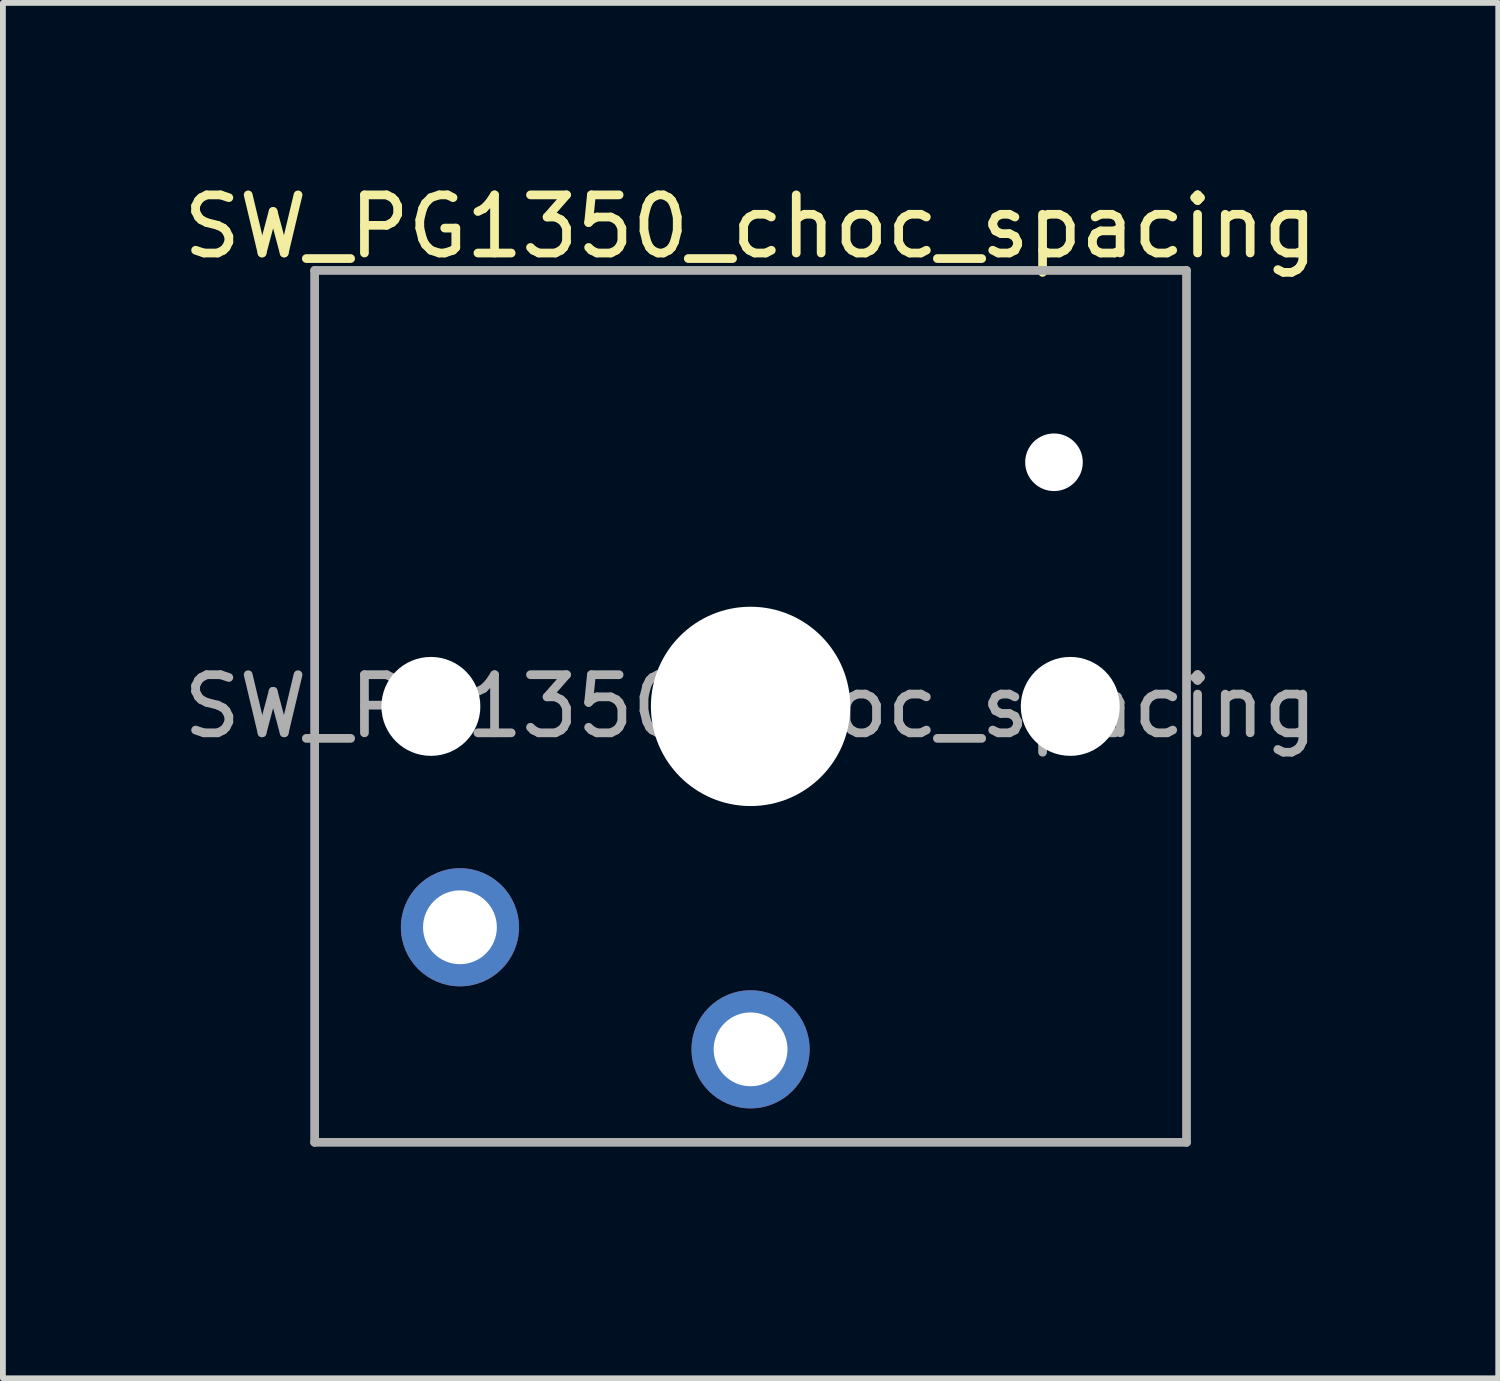
<source format=kicad_pcb>
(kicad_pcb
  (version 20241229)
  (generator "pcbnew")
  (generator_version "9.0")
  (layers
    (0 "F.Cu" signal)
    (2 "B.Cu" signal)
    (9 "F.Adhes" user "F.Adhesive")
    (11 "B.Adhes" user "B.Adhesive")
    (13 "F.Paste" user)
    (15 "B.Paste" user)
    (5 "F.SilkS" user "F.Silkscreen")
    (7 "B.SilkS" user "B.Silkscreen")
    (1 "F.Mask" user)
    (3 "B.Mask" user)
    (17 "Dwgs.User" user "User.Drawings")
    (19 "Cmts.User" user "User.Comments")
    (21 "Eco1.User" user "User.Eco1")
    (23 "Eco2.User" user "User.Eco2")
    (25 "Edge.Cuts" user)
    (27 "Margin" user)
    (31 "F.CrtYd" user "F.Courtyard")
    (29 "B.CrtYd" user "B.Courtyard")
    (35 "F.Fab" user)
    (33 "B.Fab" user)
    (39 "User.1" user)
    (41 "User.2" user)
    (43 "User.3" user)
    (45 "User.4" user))
  (footprint "SW_PG1350_choc_spacing"
    (layer "F.Cu")
    (at 9.863 9.103)
    (property "Reference" "SW_PG1350_choc_spacing" (at 0 -8.255 0) (layer "F.SilkS") (effects (font (size 1 1) (thickness 0.15))))
    (attr through_hole)
    (fp_line (start -9 -8.5) (end 9 -8.5) (stroke (width 0.12) (type solid)) (layer "Eco1.User"))
    (fp_line (start -9 8.5) (end -9 -8.5) (stroke (width 0.12) (type solid)) (layer "Eco1.User"))
    (fp_line (start 9 -8.5) (end 9 8.5) (stroke (width 0.12) (type solid)) (layer "Eco1.User"))
    (fp_line (start 9 8.5) (end -9 8.5) (stroke (width 0.12) (type solid)) (layer "Eco1.User"))
    (fp_line (start -6.9 6.9) (end -6.9 -6.9) (stroke (width 0.15) (type solid)) (layer "Eco2.User"))
    (fp_line (start -6.9 6.9) (end 6.9 6.9) (stroke (width 0.15) (type solid)) (layer "Eco2.User"))
    (fp_line (start -2.6 -3.1) (end -2.6 -6.3) (stroke (width 0.15) (type solid)) (layer "Eco2.User"))
    (fp_line (start -2.6 -3.1) (end 2.6 -3.1) (stroke (width 0.15) (type solid)) (layer "Eco2.User"))
    (fp_line (start 2.6 -6.3) (end -2.6 -6.3) (stroke (width 0.15) (type solid)) (layer "Eco2.User"))
    (fp_line (start 2.6 -3.1) (end 2.6 -6.3) (stroke (width 0.15) (type solid)) (layer "Eco2.User"))
    (fp_line (start 6.9 -6.9) (end -6.9 -6.9) (stroke (width 0.15) (type solid)) (layer "Eco2.User"))
    (fp_line (start 6.9 -6.9) (end 6.9 6.9) (stroke (width 0.15) (type solid)) (layer "Eco2.User"))
    (fp_line (start -7.5 -7.5) (end 7.5 -7.5) (stroke (width 0.15) (type solid)) (layer "F.Fab"))
    (fp_line (start -7.5 7.5) (end -7.5 -7.5) (stroke (width 0.15) (type solid)) (layer "F.Fab"))
    (fp_line (start 7.5 -7.5) (end 7.5 7.5) (stroke (width 0.15) (type solid)) (layer "F.Fab"))
    (fp_line (start 7.5 7.5) (end -7.5 7.5) (stroke (width 0.15) (type solid)) (layer "F.Fab"))
    (fp_text user "${REFERENCE}" (at 0 0 0) (layer "F.Fab") (effects (font (size 1 1) (thickness 0.15))))
    (pad "" np_thru_hole circle (at -5.5 0) (size 1.702 1.702) (drill 1.702) (layers "*.Cu" "*.Mask"))
    (pad "" np_thru_hole circle (at 0 0) (size 3.429 3.429) (drill 3.429) (layers "*.Cu" "*.Mask"))
    (pad "" np_thru_hole circle (at 5.22 -4.2) (size 0.991 0.991) (drill 0.991) (layers "*.Cu" "*.Mask"))
    (pad "" np_thru_hole circle (at 5.5 0) (size 1.702 1.702) (drill 1.702) (layers "*.Cu" "*.Mask"))
    (pad "1" thru_hole circle (at 0 5.9) (size 2.032 2.032) (drill 1.27) (layers "*.Cu" "*.Mask"))
    (pad "2" thru_hole circle (at -5 3.8) (size 2.032 2.032) (drill 1.27) (layers "*.Cu" "*.Mask")))
  (gr_rect
    (start -3 -3)
    (end 22.726 20.663)
    (stroke (width 0.1) (type default))
    (fill no)
    (layer "Edge.Cuts")))
</source>
